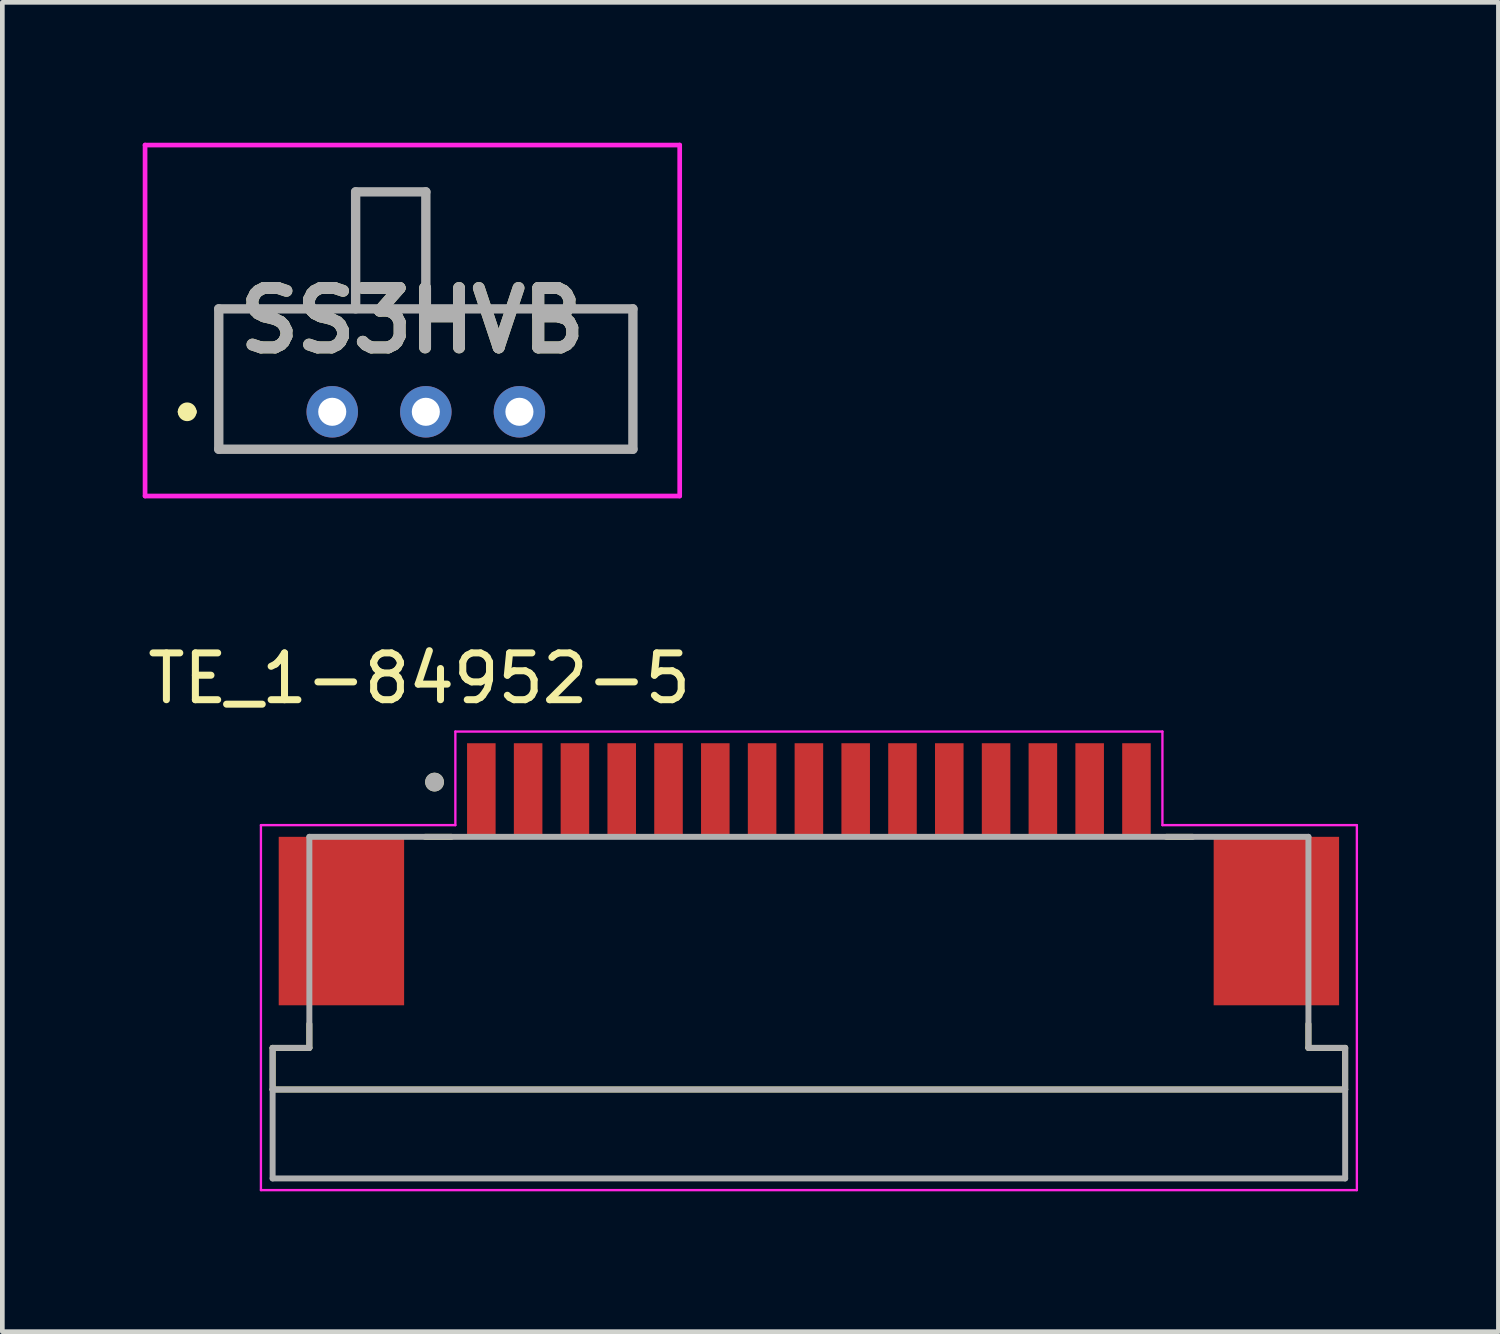
<source format=kicad_pcb>
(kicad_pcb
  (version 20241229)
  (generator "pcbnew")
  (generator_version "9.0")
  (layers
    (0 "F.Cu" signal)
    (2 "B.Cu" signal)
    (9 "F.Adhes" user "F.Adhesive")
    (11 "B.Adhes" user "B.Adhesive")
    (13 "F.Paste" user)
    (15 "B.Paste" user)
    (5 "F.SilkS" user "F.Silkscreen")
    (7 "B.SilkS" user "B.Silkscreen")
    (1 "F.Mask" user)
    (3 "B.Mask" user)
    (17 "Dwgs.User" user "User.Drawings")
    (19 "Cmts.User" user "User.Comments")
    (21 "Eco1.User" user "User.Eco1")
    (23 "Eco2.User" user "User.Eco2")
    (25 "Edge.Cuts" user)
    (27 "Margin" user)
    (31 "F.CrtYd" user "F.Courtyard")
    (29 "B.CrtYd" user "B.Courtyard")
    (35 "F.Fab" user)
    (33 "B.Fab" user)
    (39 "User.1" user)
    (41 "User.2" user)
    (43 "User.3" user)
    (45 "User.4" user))
  (footprint "TE_1-84952-5"
    (layer "F.Cu")
    (at 14.236 13.833)
    (property "Reference" "TE_1-84952-5" (at -8.325 -2.385 0) (layer "F.SilkS") (effects (font (size 1 1) (thickness 0.15))))
    (attr through_hole)
    (fp_line (start -11.46 6.4) (end -11.46 5.51) (stroke (width 0.127) (type solid)) (layer "F.SilkS"))
    (fp_line (start -10.675 5) (end -10.675 5.51) (stroke (width 0.127) (type solid)) (layer "F.SilkS"))
    (fp_line (start -10.675 5.51) (end -11.46 5.51) (stroke (width 0.127) (type solid)) (layer "F.SilkS"))
    (fp_line (start -8.2 1) (end -7.64 1) (stroke (width 0.127) (type solid)) (layer "F.SilkS"))
    (fp_line (start 7.64 1) (end 8.2 1) (stroke (width 0.127) (type solid)) (layer "F.SilkS"))
    (fp_line (start 10.675 5) (end 10.675 5.51) (stroke (width 0.127) (type solid)) (layer "F.SilkS"))
    (fp_line (start 11.46 5.51) (end 10.675 5.51) (stroke (width 0.127) (type solid)) (layer "F.SilkS"))
    (fp_line (start 11.46 5.51) (end 11.46 6.4) (stroke (width 0.127) (type solid)) (layer "F.SilkS"))
    (fp_line (start 11.46 6.4) (end -11.46 6.4) (stroke (width 0.127) (type solid)) (layer "F.SilkS"))
    (fp_circle (center -8 -0.17) (end -7.9 -0.17) (stroke (width 0.2) (type solid)) (fill no) (layer "F.SilkS"))
    (fp_line (start -11.71 0.75) (end -7.555 0.75) (stroke (width 0.05) (type solid)) (layer "F.CrtYd"))
    (fp_line (start -11.71 8.55) (end -11.71 0.75) (stroke (width 0.05) (type solid)) (layer "F.CrtYd"))
    (fp_line (start -7.555 -1.25) (end 7.555 -1.25) (stroke (width 0.05) (type solid)) (layer "F.CrtYd"))
    (fp_line (start -7.555 0.75) (end -7.555 -1.25) (stroke (width 0.05) (type solid)) (layer "F.CrtYd"))
    (fp_line (start 7.555 -1.25) (end 7.555 0.75) (stroke (width 0.05) (type solid)) (layer "F.CrtYd"))
    (fp_line (start 7.555 0.75) (end 11.71 0.75) (stroke (width 0.05) (type solid)) (layer "F.CrtYd"))
    (fp_line (start 11.71 0.75) (end 11.71 8.55) (stroke (width 0.05) (type solid)) (layer "F.CrtYd"))
    (fp_line (start 11.71 8.55) (end -11.71 8.55) (stroke (width 0.05) (type solid)) (layer "F.CrtYd"))
    (fp_line (start -11.46 5.51) (end -11.46 6.4) (stroke (width 0.127) (type solid)) (layer "F.Fab"))
    (fp_line (start -11.46 8.3) (end -11.46 6.4) (stroke (width 0.127) (type solid)) (layer "F.Fab"))
    (fp_line (start -10.675 1) (end -10.675 5.51) (stroke (width 0.127) (type solid)) (layer "F.Fab"))
    (fp_line (start -10.675 1) (end 10.675 1) (stroke (width 0.127) (type solid)) (layer "F.Fab"))
    (fp_line (start -10.675 5.51) (end -11.46 5.51) (stroke (width 0.127) (type solid)) (layer "F.Fab"))
    (fp_line (start 10.675 1) (end 10.675 5.51) (stroke (width 0.127) (type solid)) (layer "F.Fab"))
    (fp_line (start 11.46 5.51) (end 10.675 5.51) (stroke (width 0.127) (type solid)) (layer "F.Fab"))
    (fp_line (start 11.46 5.51) (end 11.46 6.4) (stroke (width 0.127) (type solid)) (layer "F.Fab"))
    (fp_line (start 11.46 6.4) (end -11.46 6.4) (stroke (width 0.127) (type solid)) (layer "F.Fab"))
    (fp_line (start 11.46 6.4) (end 11.46 8.3) (stroke (width 0.127) (type solid)) (layer "F.Fab"))
    (fp_line (start 11.46 8.3) (end -11.46 8.3) (stroke (width 0.127) (type solid)) (layer "F.Fab"))
    (fp_circle (center -8 -0.17) (end -7.9 -0.17) (stroke (width 0.2) (type solid)) (fill no) (layer "F.Fab"))
    (pad "1" smd rect (at -7 0) (size 0.61 2) (layers "F.Cu" "F.Mask" "F.Paste"))
    (pad "2" smd rect (at -6 0) (size 0.61 2) (layers "F.Cu" "F.Mask" "F.Paste"))
    (pad "3" smd rect (at -5 0) (size 0.61 2) (layers "F.Cu" "F.Mask" "F.Paste"))
    (pad "4" smd rect (at -4 0) (size 0.61 2) (layers "F.Cu" "F.Mask" "F.Paste"))
    (pad "5" smd rect (at -3 0) (size 0.61 2) (layers "F.Cu" "F.Mask" "F.Paste"))
    (pad "6" smd rect (at -2 0) (size 0.61 2) (layers "F.Cu" "F.Mask" "F.Paste"))
    (pad "7" smd rect (at -1 0) (size 0.61 2) (layers "F.Cu" "F.Mask" "F.Paste"))
    (pad "8" smd rect (at 0 0) (size 0.61 2) (layers "F.Cu" "F.Mask" "F.Paste"))
    (pad "9" smd rect (at 1 0) (size 0.61 2) (layers "F.Cu" "F.Mask" "F.Paste"))
    (pad "10" smd rect (at 2 0) (size 0.61 2) (layers "F.Cu" "F.Mask" "F.Paste"))
    (pad "11" smd rect (at 3 0) (size 0.61 2) (layers "F.Cu" "F.Mask" "F.Paste"))
    (pad "12" smd rect (at 4 0) (size 0.61 2) (layers "F.Cu" "F.Mask" "F.Paste"))
    (pad "13" smd rect (at 5 0) (size 0.61 2) (layers "F.Cu" "F.Mask" "F.Paste"))
    (pad "14" smd rect (at 6 0) (size 0.61 2) (layers "F.Cu" "F.Mask" "F.Paste"))
    (pad "15" smd rect (at 7 0) (size 0.61 2) (layers "F.Cu" "F.Mask" "F.Paste"))
    (pad "S1" smd rect (at -9.99 2.8) (size 2.68 3.6) (layers "F.Cu" "F.Mask" "F.Paste"))
    (pad "S2" smd rect (at 9.99 2.8) (size 2.68 3.6) (layers "F.Cu" "F.Mask" "F.Paste")))
  (footprint "SS3HVB"
    (layer "F.Cu")
    (at 4.05 5.75)
    (property "Reference" "SS3HVB" (at 1.712 -1.95 0) (layer "F.SilkS") (effects (font (size 1.27 1.27) (thickness 0.254))))
    (attr through_hole)
    (fp_line (start -3.2 0) (end -3.2 0) (stroke (width 0.2) (type solid)) (layer "F.SilkS"))
    (fp_line (start -3 0) (end -3 0) (stroke (width 0.2) (type solid)) (layer "F.SilkS"))
    (fp_line (start -2.425 -2.2) (end 6.425 -2.2) (stroke (width 0.1) (type solid)) (layer "F.SilkS"))
    (fp_line (start -2.425 0.8) (end -2.425 -2.2) (stroke (width 0.1) (type solid)) (layer "F.SilkS"))
    (fp_line (start 6.425 -2.2) (end 6.425 0.8) (stroke (width 0.1) (type solid)) (layer "F.SilkS"))
    (fp_arc (start -3.2 0) (mid -3.1 -0.1) (end -3 0) (stroke (width 0.2) (type solid)) (layer "F.SilkS"))
    (fp_arc (start -3 0) (mid -3.1 0.1) (end -3.2 0) (stroke (width 0.2) (type solid)) (layer "F.SilkS"))
    (fp_line (start -4 -5.7) (end 7.425 -5.7) (stroke (width 0.1) (type solid)) (layer "F.CrtYd"))
    (fp_line (start -4 1.8) (end -4 -5.7) (stroke (width 0.1) (type solid)) (layer "F.CrtYd"))
    (fp_line (start 7.425 -5.7) (end 7.425 1.8) (stroke (width 0.1) (type solid)) (layer "F.CrtYd"))
    (fp_line (start 7.425 1.8) (end -4 1.8) (stroke (width 0.1) (type solid)) (layer "F.CrtYd"))
    (fp_line (start -2.425 -2.2) (end 6.425 -2.2) (stroke (width 0.2) (type solid)) (layer "F.Fab"))
    (fp_line (start -2.425 0.8) (end -2.425 -2.2) (stroke (width 0.2) (type solid)) (layer "F.Fab"))
    (fp_line (start 0.5 -4.7) (end 2 -4.7) (stroke (width 0.2) (type solid)) (layer "F.Fab"))
    (fp_line (start 0.5 -2.2) (end 0.5 -4.7) (stroke (width 0.2) (type solid)) (layer "F.Fab"))
    (fp_line (start 2 -4.7) (end 2 -2.2) (stroke (width 0.2) (type solid)) (layer "F.Fab"))
    (fp_line (start 6.425 -2.2) (end 6.425 0.8) (stroke (width 0.2) (type solid)) (layer "F.Fab"))
    (fp_line (start 6.425 0.8) (end -2.425 0.8) (stroke (width 0.2) (type solid)) (layer "F.Fab"))
    (fp_text user "${REFERENCE}" (at 1.712 -1.95 0) (layer "F.Fab") (effects (font (size 1.27 1.27) (thickness 0.254))))
    (pad "A1" thru_hole circle (at 0 0) (size 1.1 1.1) (drill 0.6) (layers "*.Cu" "*.Mask"))
    (pad "B1" thru_hole circle (at 2 0) (size 1.1 1.1) (drill 0.6) (layers "*.Cu" "*.Mask"))
    (pad "C1" thru_hole circle (at 4 0) (size 1.1 1.1) (drill 0.6) (layers "*.Cu" "*.Mask")))
  (gr_rect
    (start -3 -3)
    (end 28.971 25.408)
    (stroke (width 0.1) (type default))
    (fill no)
    (layer "Edge.Cuts")))
</source>
